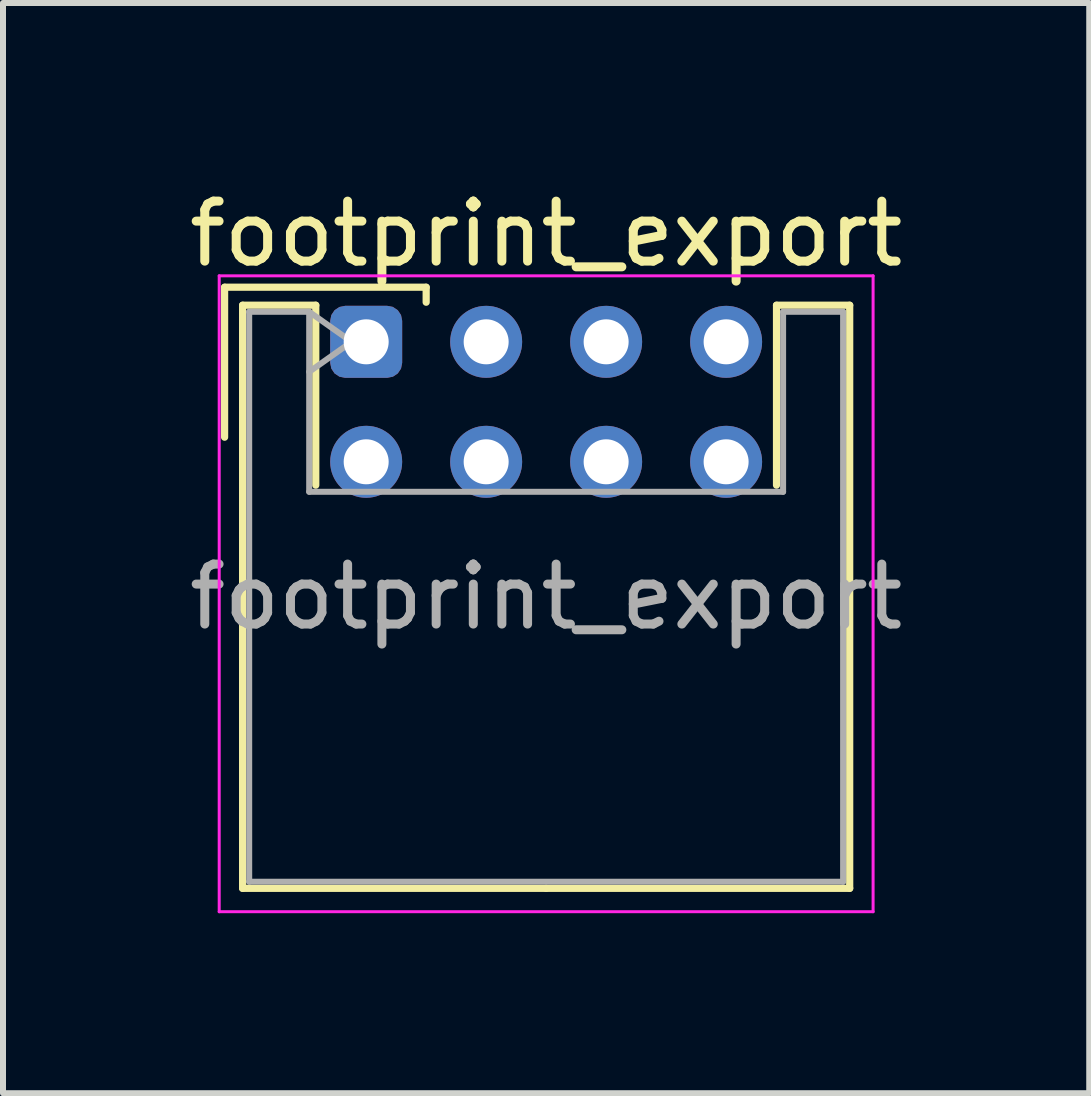
<source format=kicad_pcb>
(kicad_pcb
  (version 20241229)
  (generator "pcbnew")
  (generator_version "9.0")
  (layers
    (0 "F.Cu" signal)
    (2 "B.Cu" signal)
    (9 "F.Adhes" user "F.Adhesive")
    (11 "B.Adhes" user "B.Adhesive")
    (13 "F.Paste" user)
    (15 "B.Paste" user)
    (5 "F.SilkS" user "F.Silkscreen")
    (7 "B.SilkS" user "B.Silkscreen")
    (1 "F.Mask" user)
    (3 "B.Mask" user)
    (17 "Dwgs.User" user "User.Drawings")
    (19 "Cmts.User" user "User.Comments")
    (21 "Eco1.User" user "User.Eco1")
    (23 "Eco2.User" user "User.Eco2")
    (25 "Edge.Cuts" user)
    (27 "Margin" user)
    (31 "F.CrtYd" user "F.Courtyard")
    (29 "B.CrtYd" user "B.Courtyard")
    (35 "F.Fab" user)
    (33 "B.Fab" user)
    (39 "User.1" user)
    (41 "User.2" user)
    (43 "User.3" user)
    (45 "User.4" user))
  (footprint "footprint_export"
    (layer "F.Cu")
    (at 3.054 2.648)
    (property "Reference" "footprint_export" (at 3 -1.8 0) (layer "F.SilkS") (effects (font (size 1 1) (thickness 0.15))))
    (attr through_hole)
    (fp_line (start -2.36 -0.91) (end -2.36 1.59) (stroke (width 0.12) (type solid)) (layer "F.SilkS"))
    (fp_line (start -2.06 -0.61) (end -2.06 9.11) (stroke (width 0.12) (type solid)) (layer "F.SilkS"))
    (fp_line (start -2.06 9.11) (end 3 9.11) (stroke (width 0.12) (type solid)) (layer "F.SilkS"))
    (fp_line (start -0.84 -0.61) (end -2.06 -0.61) (stroke (width 0.12) (type solid)) (layer "F.SilkS"))
    (fp_line (start -0.84 2.39) (end -0.84 -0.61) (stroke (width 0.12) (type solid)) (layer "F.SilkS"))
    (fp_line (start 1 -0.91) (end -2.36 -0.91) (stroke (width 0.12) (type solid)) (layer "F.SilkS"))
    (fp_line (start 1 -0.66) (end 1 -0.91) (stroke (width 0.12) (type solid)) (layer "F.SilkS"))
    (fp_line (start 6.84 -0.61) (end 8.06 -0.61) (stroke (width 0.12) (type solid)) (layer "F.SilkS"))
    (fp_line (start 6.84 2.39) (end 6.84 -0.61) (stroke (width 0.12) (type solid)) (layer "F.SilkS"))
    (fp_line (start 8.06 -0.61) (end 8.06 9.11) (stroke (width 0.12) (type solid)) (layer "F.SilkS"))
    (fp_line (start 8.06 9.11) (end 3 9.11) (stroke (width 0.12) (type solid)) (layer "F.SilkS"))
    (fp_line (start -2.45 -1.1) (end -2.45 9.5) (stroke (width 0.05) (type solid)) (layer "F.CrtYd"))
    (fp_line (start -2.45 9.5) (end 8.45 9.5) (stroke (width 0.05) (type solid)) (layer "F.CrtYd"))
    (fp_line (start 8.45 -1.1) (end -2.45 -1.1) (stroke (width 0.05) (type solid)) (layer "F.CrtYd"))
    (fp_line (start 8.45 9.5) (end 8.45 -1.1) (stroke (width 0.05) (type solid)) (layer "F.CrtYd"))
    (fp_line (start -1.95 -0.5) (end -0.95 -0.5) (stroke (width 0.1) (type solid)) (layer "F.Fab"))
    (fp_line (start -1.95 9) (end -1.95 -0.5) (stroke (width 0.1) (type solid)) (layer "F.Fab"))
    (fp_line (start -0.95 -0.5) (end -0.95 2.5) (stroke (width 0.1) (type solid)) (layer "F.Fab"))
    (fp_line (start -0.95 -0.5) (end -0.243 0) (stroke (width 0.1) (type solid)) (layer "F.Fab"))
    (fp_line (start -0.95 2.5) (end 6.95 2.5) (stroke (width 0.1) (type solid)) (layer "F.Fab"))
    (fp_line (start -0.243 0) (end -0.95 0.5) (stroke (width 0.1) (type solid)) (layer "F.Fab"))
    (fp_line (start 6.95 -0.5) (end 7.95 -0.5) (stroke (width 0.1) (type solid)) (layer "F.Fab"))
    (fp_line (start 6.95 2.5) (end 6.95 -0.5) (stroke (width 0.1) (type solid)) (layer "F.Fab"))
    (fp_line (start 7.95 -0.5) (end 7.95 9) (stroke (width 0.1) (type solid)) (layer "F.Fab"))
    (fp_line (start 7.95 9) (end -1.95 9) (stroke (width 0.1) (type solid)) (layer "F.Fab"))
    (fp_text user "${REFERENCE}" (at 3 4.25 0) (layer "F.Fab") (effects (font (size 1 1) (thickness 0.15))))
    (pad "1" thru_hole roundrect (at 0 0) (size 1.2 1.2) (drill 0.75) (layers "*.Cu" "*.Mask") (roundrect_rratio 0.208))
    (pad "2" thru_hole circle (at 0 2) (size 1.2 1.2) (drill 0.75) (layers "*.Cu" "*.Mask"))
    (pad "3" thru_hole circle (at 2 0) (size 1.2 1.2) (drill 0.75) (layers "*.Cu" "*.Mask"))
    (pad "4" thru_hole circle (at 2 2) (size 1.2 1.2) (drill 0.75) (layers "*.Cu" "*.Mask"))
    (pad "5" thru_hole circle (at 4 0) (size 1.2 1.2) (drill 0.75) (layers "*.Cu" "*.Mask"))
    (pad "6" thru_hole circle (at 4 2) (size 1.2 1.2) (drill 0.75) (layers "*.Cu" "*.Mask"))
    (pad "7" thru_hole circle (at 6 0) (size 1.2 1.2) (drill 0.75) (layers "*.Cu" "*.Mask"))
    (pad "8" thru_hole circle (at 6 2) (size 1.2 1.2) (drill 0.75) (layers "*.Cu" "*.Mask")))
  (gr_rect
    (start -3 -3)
    (end 15.107 15.173)
    (stroke (width 0.1) (type default))
    (fill no)
    (layer "Edge.Cuts")))
</source>
